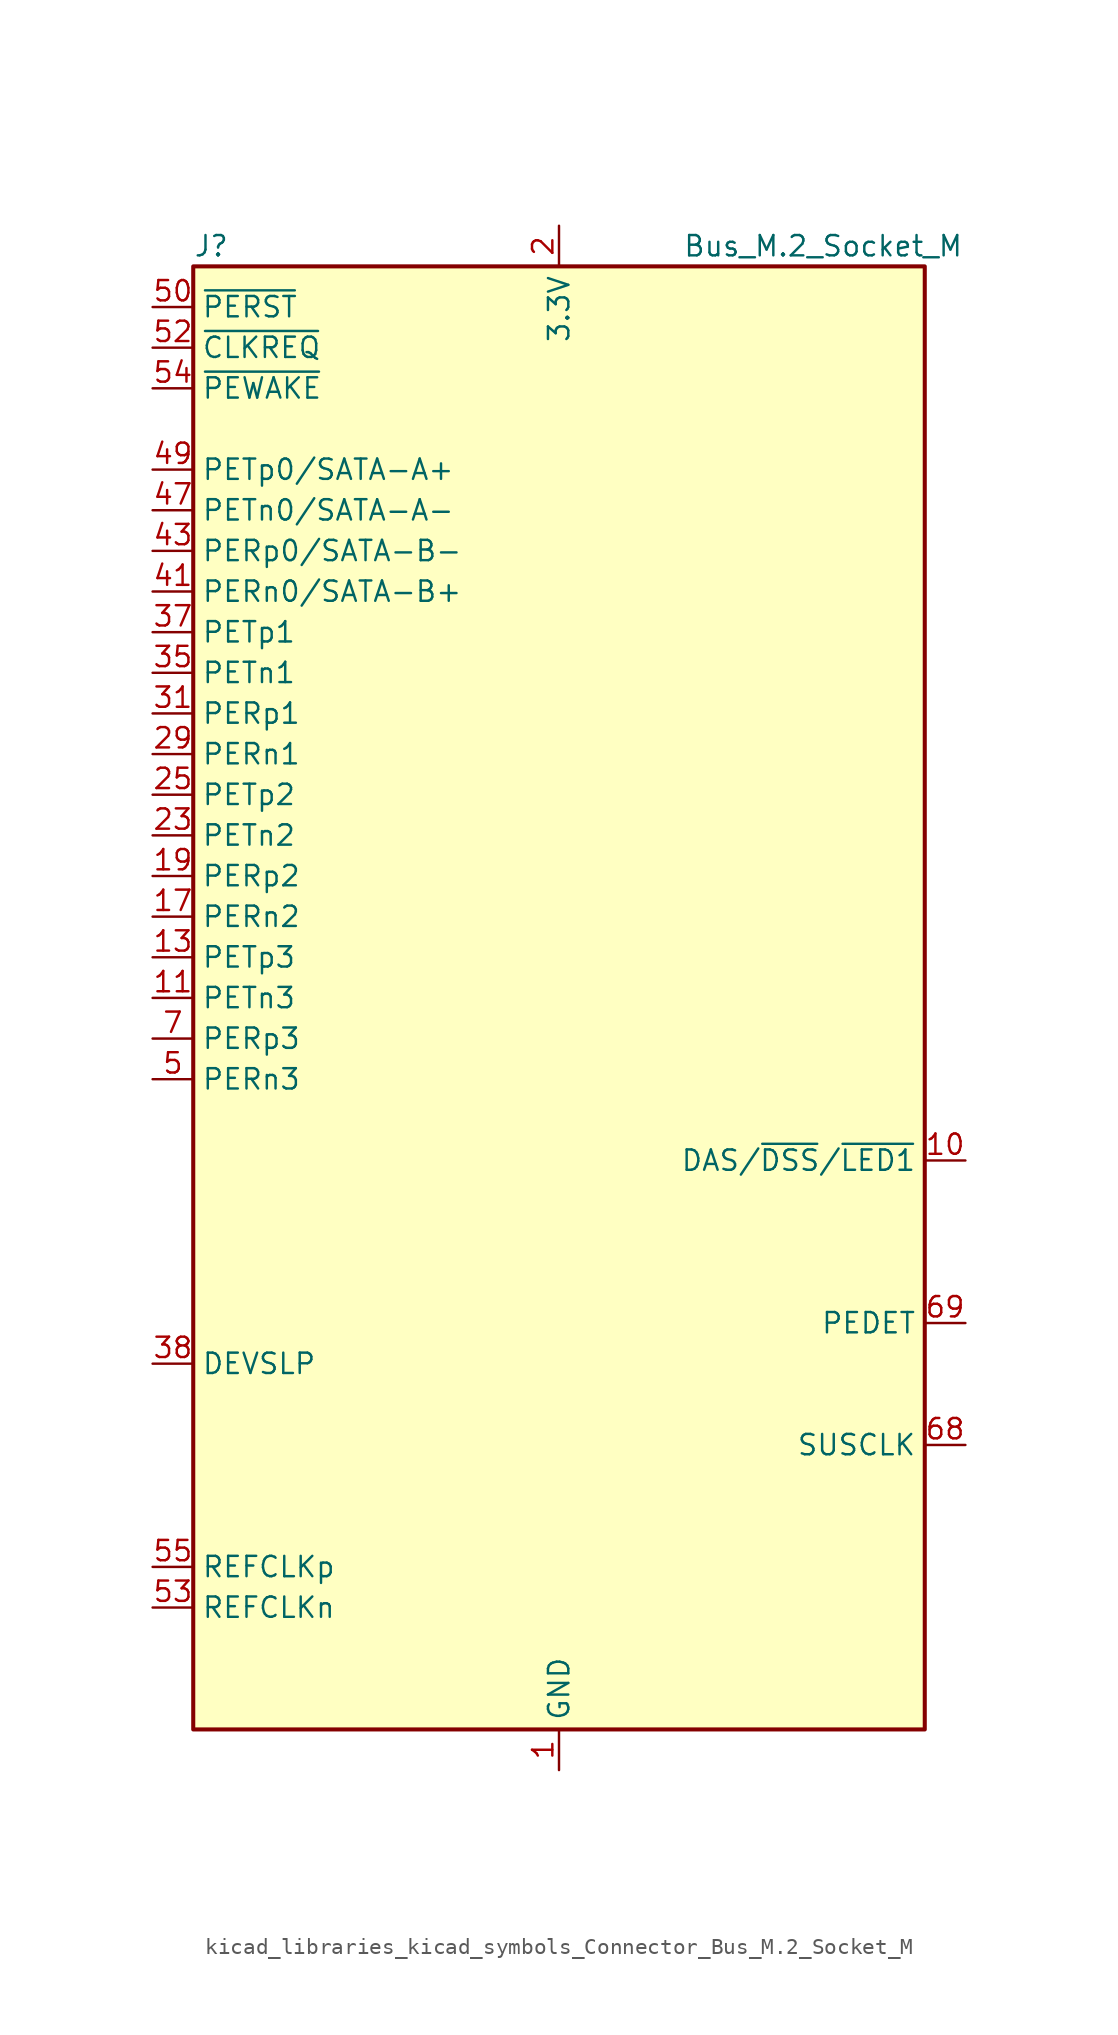
<source format=kicad_sym>
(kicad_symbol_lib
  (version 20220914)
  (generator kicad_symbol_editor)
  (symbol "kicad_libraries_kicad_symbols_Connector_Bus_M.2_Socket_M"
    (property "Reference" "J"
      (at -22.86 46.99 0)
      (effects (font (size 1.27 1.27)) (justify left)))
    (property "Value" "Bus_M.2_Socket_M"
      (at 16.51 46.99 0)
      (effects (font (size 1.27 1.27))))
    (symbol "kicad_libraries_kicad_symbols_Connector_Bus_M.2_Socket_M_0_1"
      (rectangle (start -22.86 45.72) (end 22.86 -45.72) (stroke (width 0.254) (type default)) (fill (type background))))
    (symbol "kicad_libraries_kicad_symbols_Connector_Bus_M.2_Socket_M_1_1"
      (pin power_in line (at 0 -48.26 90) (length 2.54) (name "GND" (effects (font (size 1.27 1.27)))) (number "1" (effects (font (size 1.27 1.27)))))
      (pin bidirectional line (at 25.4 -10.16 180) (length 2.54) (name "DAS/~{DSS}/~{LED1}" (effects (font (size 1.27 1.27)))) (number "10" (effects (font (size 1.27 1.27)))))
      (pin output line (at -25.4 0 0) (length 2.54) (name "PETn3" (effects (font (size 1.27 1.27)))) (number "11" (effects (font (size 1.27 1.27)))))
      (pin passive line (at 0 48.26 270) (length 2.54) hide (name "3.3V" (effects (font (size 1.27 1.27)))) (number "12" (effects (font (size 1.27 1.27)))))
      (pin output line (at -25.4 2.54 0) (length 2.54) (name "PETp3" (effects (font (size 1.27 1.27)))) (number "13" (effects (font (size 1.27 1.27)))))
      (pin passive line (at 0 48.26 270) (length 2.54) hide (name "3.3V" (effects (font (size 1.27 1.27)))) (number "14" (effects (font (size 1.27 1.27)))))
      (pin passive line (at 0 -48.26 90) (length 2.54) hide (name "GND" (effects (font (size 1.27 1.27)))) (number "15" (effects (font (size 1.27 1.27)))))
      (pin passive line (at 0 48.26 270) (length 2.54) hide (name "3.3V" (effects (font (size 1.27 1.27)))) (number "16" (effects (font (size 1.27 1.27)))))
      (pin input line (at -25.4 5.08 0) (length 2.54) (name "PERn2" (effects (font (size 1.27 1.27)))) (number "17" (effects (font (size 1.27 1.27)))))
      (pin passive line (at 0 48.26 270) (length 2.54) hide (name "3.3V" (effects (font (size 1.27 1.27)))) (number "18" (effects (font (size 1.27 1.27)))))
      (pin input line (at -25.4 7.62 0) (length 2.54) (name "PERp2" (effects (font (size 1.27 1.27)))) (number "19" (effects (font (size 1.27 1.27)))))
      (pin power_in line (at 0 48.26 270) (length 2.54) (name "3.3V" (effects (font (size 1.27 1.27)))) (number "2" (effects (font (size 1.27 1.27)))))
      (pin no_connect line (at 22.86 2.54 180) (length 2.54) hide (name "NC" (effects (font (size 1.27 1.27)))) (number "20" (effects (font (size 1.27 1.27)))))
      (pin passive line (at 0 -48.26 90) (length 2.54) hide (name "GND" (effects (font (size 1.27 1.27)))) (number "21" (effects (font (size 1.27 1.27)))))
      (pin no_connect line (at 22.86 5.08 180) (length 2.54) hide (name "NC" (effects (font (size 1.27 1.27)))) (number "22" (effects (font (size 1.27 1.27)))))
      (pin output line (at -25.4 10.16 0) (length 2.54) (name "PETn2" (effects (font (size 1.27 1.27)))) (number "23" (effects (font (size 1.27 1.27)))))
      (pin no_connect line (at 22.86 7.62 180) (length 2.54) hide (name "NC" (effects (font (size 1.27 1.27)))) (number "24" (effects (font (size 1.27 1.27)))))
      (pin output line (at -25.4 12.7 0) (length 2.54) (name "PETp2" (effects (font (size 1.27 1.27)))) (number "25" (effects (font (size 1.27 1.27)))))
      (pin no_connect line (at 22.86 10.16 180) (length 2.54) hide (name "NC" (effects (font (size 1.27 1.27)))) (number "26" (effects (font (size 1.27 1.27)))))
      (pin passive line (at 0 -48.26 90) (length 2.54) hide (name "GND" (effects (font (size 1.27 1.27)))) (number "27" (effects (font (size 1.27 1.27)))))
      (pin no_connect line (at 22.86 12.7 180) (length 2.54) hide (name "NC" (effects (font (size 1.27 1.27)))) (number "28" (effects (font (size 1.27 1.27)))))
      (pin input line (at -25.4 15.24 0) (length 2.54) (name "PERn1" (effects (font (size 1.27 1.27)))) (number "29" (effects (font (size 1.27 1.27)))))
      (pin passive line (at 0 -48.26 90) (length 2.54) hide (name "GND" (effects (font (size 1.27 1.27)))) (number "3" (effects (font (size 1.27 1.27)))))
      (pin no_connect line (at 22.86 15.24 180) (length 2.54) hide (name "NC" (effects (font (size 1.27 1.27)))) (number "30" (effects (font (size 1.27 1.27)))))
      (pin input line (at -25.4 17.78 0) (length 2.54) (name "PERp1" (effects (font (size 1.27 1.27)))) (number "31" (effects (font (size 1.27 1.27)))))
      (pin no_connect line (at 22.86 17.78 180) (length 2.54) hide (name "NC" (effects (font (size 1.27 1.27)))) (number "32" (effects (font (size 1.27 1.27)))))
      (pin passive line (at 0 -48.26 90) (length 2.54) hide (name "GND" (effects (font (size 1.27 1.27)))) (number "33" (effects (font (size 1.27 1.27)))))
      (pin no_connect line (at 22.86 20.32 180) (length 2.54) hide (name "NC" (effects (font (size 1.27 1.27)))) (number "34" (effects (font (size 1.27 1.27)))))
      (pin output line (at -25.4 20.32 0) (length 2.54) (name "PETn1" (effects (font (size 1.27 1.27)))) (number "35" (effects (font (size 1.27 1.27)))))
      (pin no_connect line (at 22.86 22.86 180) (length 2.54) hide (name "NC" (effects (font (size 1.27 1.27)))) (number "36" (effects (font (size 1.27 1.27)))))
      (pin output line (at -25.4 22.86 0) (length 2.54) (name "PETp1" (effects (font (size 1.27 1.27)))) (number "37" (effects (font (size 1.27 1.27)))))
      (pin output line (at -25.4 -22.86 0) (length 2.54) (name "DEVSLP" (effects (font (size 1.27 1.27)))) (number "38" (effects (font (size 1.27 1.27)))))
      (pin passive line (at 0 -48.26 90) (length 2.54) hide (name "GND" (effects (font (size 1.27 1.27)))) (number "39" (effects (font (size 1.27 1.27)))))
      (pin passive line (at 0 48.26 270) (length 2.54) hide (name "3.3V" (effects (font (size 1.27 1.27)))) (number "4" (effects (font (size 1.27 1.27)))))
      (pin no_connect line (at 22.86 25.4 180) (length 2.54) hide (name "NC" (effects (font (size 1.27 1.27)))) (number "40" (effects (font (size 1.27 1.27)))))
      (pin input line (at -25.4 25.4 0) (length 2.54) (name "PERn0/SATA-B+" (effects (font (size 1.27 1.27)))) (number "41" (effects (font (size 1.27 1.27)))))
      (pin no_connect line (at 22.86 27.94 180) (length 2.54) hide (name "NC" (effects (font (size 1.27 1.27)))) (number "42" (effects (font (size 1.27 1.27)))))
      (pin input line (at -25.4 27.94 0) (length 2.54) (name "PERp0/SATA-B-" (effects (font (size 1.27 1.27)))) (number "43" (effects (font (size 1.27 1.27)))))
      (pin no_connect line (at 22.86 30.48 180) (length 2.54) hide (name "NC" (effects (font (size 1.27 1.27)))) (number "44" (effects (font (size 1.27 1.27)))))
      (pin passive line (at 0 -48.26 90) (length 2.54) hide (name "GND" (effects (font (size 1.27 1.27)))) (number "45" (effects (font (size 1.27 1.27)))))
      (pin no_connect line (at 22.86 33.02 180) (length 2.54) hide (name "NC" (effects (font (size 1.27 1.27)))) (number "46" (effects (font (size 1.27 1.27)))))
      (pin output line (at -25.4 30.48 0) (length 2.54) (name "PETn0/SATA-A-" (effects (font (size 1.27 1.27)))) (number "47" (effects (font (size 1.27 1.27)))))
      (pin no_connect line (at 22.86 35.56 180) (length 2.54) hide (name "NC" (effects (font (size 1.27 1.27)))) (number "48" (effects (font (size 1.27 1.27)))))
      (pin output line (at -25.4 33.02 0) (length 2.54) (name "PETp0/SATA-A+" (effects (font (size 1.27 1.27)))) (number "49" (effects (font (size 1.27 1.27)))))
      (pin input line (at -25.4 -5.08 0) (length 2.54) (name "PERn3" (effects (font (size 1.27 1.27)))) (number "5" (effects (font (size 1.27 1.27)))))
      (pin output line (at -25.4 43.18 0) (length 2.54) (name "~{PERST}" (effects (font (size 1.27 1.27)))) (number "50" (effects (font (size 1.27 1.27)))))
      (pin passive line (at 0 -48.26 90) (length 2.54) hide (name "GND" (effects (font (size 1.27 1.27)))) (number "51" (effects (font (size 1.27 1.27)))))
      (pin bidirectional line (at -25.4 40.64 0) (length 2.54) (name "~{CLKREQ}" (effects (font (size 1.27 1.27)))) (number "52" (effects (font (size 1.27 1.27)))))
      (pin output line (at -25.4 -38.1 0) (length 2.54) (name "REFCLKn" (effects (font (size 1.27 1.27)))) (number "53" (effects (font (size 1.27 1.27)))))
      (pin bidirectional line (at -25.4 38.1 0) (length 2.54) (name "~{PEWAKE}" (effects (font (size 1.27 1.27)))) (number "54" (effects (font (size 1.27 1.27)))))
      (pin output line (at -25.4 -35.56 0) (length 2.54) (name "REFCLKp" (effects (font (size 1.27 1.27)))) (number "55" (effects (font (size 1.27 1.27)))))
      (pin no_connect line (at 22.86 38.1 180) (length 2.54) hide (name "NC" (effects (font (size 1.27 1.27)))) (number "56" (effects (font (size 1.27 1.27)))))
      (pin passive line (at 0 -48.26 90) (length 2.54) hide (name "GND" (effects (font (size 1.27 1.27)))) (number "57" (effects (font (size 1.27 1.27)))))
      (pin no_connect line (at 22.86 40.64 180) (length 2.54) hide (name "NC" (effects (font (size 1.27 1.27)))) (number "58" (effects (font (size 1.27 1.27)))))
      (pin no_connect line (at 22.86 -2.54 180) (length 2.54) hide (name "NC" (effects (font (size 1.27 1.27)))) (number "6" (effects (font (size 1.27 1.27)))))
      (pin no_connect line (at 22.86 -5.08 180) (length 2.54) hide (name "NC" (effects (font (size 1.27 1.27)))) (number "67" (effects (font (size 1.27 1.27)))))
      (pin output line (at 25.4 -27.94 180) (length 2.54) (name "SUSCLK" (effects (font (size 1.27 1.27)))) (number "68" (effects (font (size 1.27 1.27)))))
      (pin passive line (at 25.4 -20.32 180) (length 2.54) (name "PEDET" (effects (font (size 1.27 1.27)))) (number "69" (effects (font (size 1.27 1.27)))))
      (pin input line (at -25.4 -2.54 0) (length 2.54) (name "PERp3" (effects (font (size 1.27 1.27)))) (number "7" (effects (font (size 1.27 1.27)))))
      (pin passive line (at 0 48.26 270) (length 2.54) hide (name "3.3V" (effects (font (size 1.27 1.27)))) (number "70" (effects (font (size 1.27 1.27)))))
      (pin passive line (at 0 -48.26 90) (length 2.54) hide (name "GND" (effects (font (size 1.27 1.27)))) (number "71" (effects (font (size 1.27 1.27)))))
      (pin passive line (at 0 48.26 270) (length 2.54) hide (name "3.3V" (effects (font (size 1.27 1.27)))) (number "72" (effects (font (size 1.27 1.27)))))
      (pin passive line (at 0 -48.26 90) (length 2.54) hide (name "GND" (effects (font (size 1.27 1.27)))) (number "73" (effects (font (size 1.27 1.27)))))
      (pin passive line (at 0 48.26 270) (length 2.54) hide (name "3.3V" (effects (font (size 1.27 1.27)))) (number "74" (effects (font (size 1.27 1.27)))))
      (pin passive line (at 0 -48.26 90) (length 2.54) hide (name "GND" (effects (font (size 1.27 1.27)))) (number "75" (effects (font (size 1.27 1.27)))))
      (pin no_connect line (at 22.86 0 180) (length 2.54) hide (name "NC" (effects (font (size 1.27 1.27)))) (number "8" (effects (font (size 1.27 1.27)))))
      (pin passive line (at 0 -48.26 90) (length 2.54) hide (name "GND" (effects (font (size 1.27 1.27)))) (number "9" (effects (font (size 1.27 1.27))))))))
</source>
